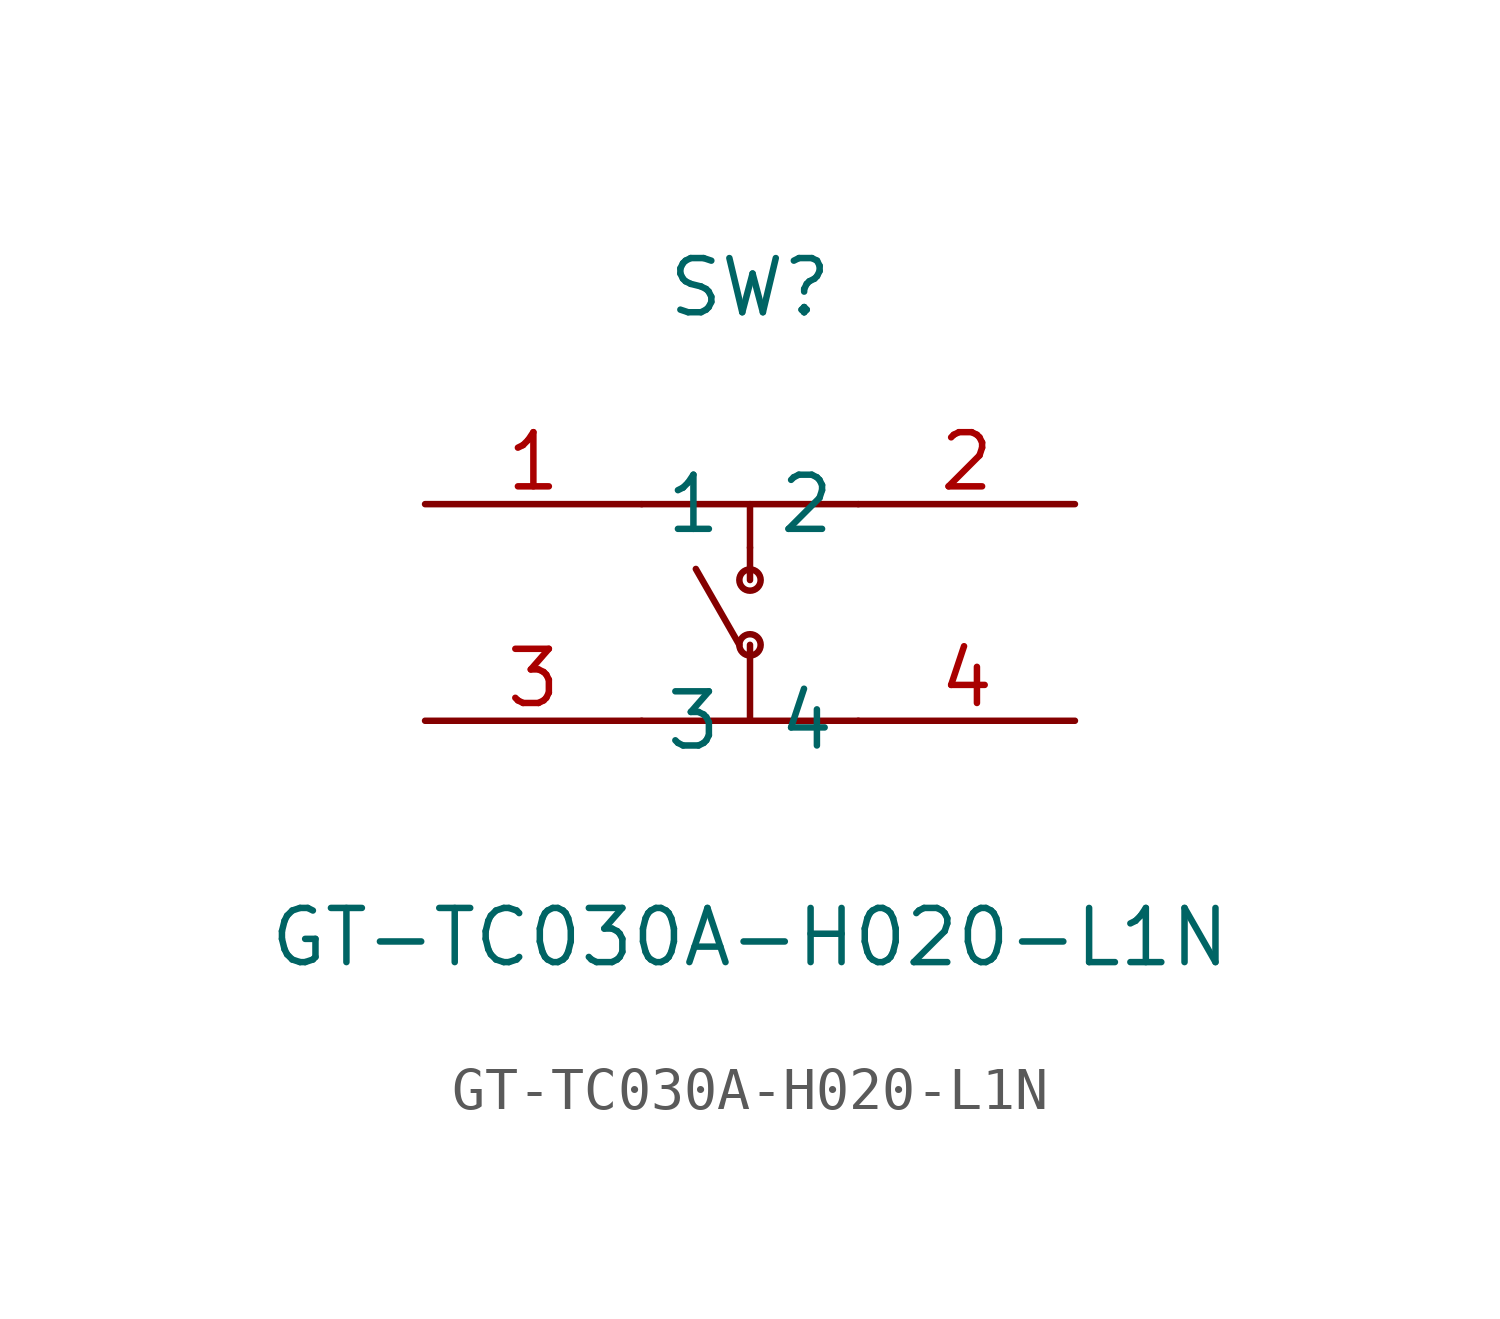
<source format=kicad_sym>
(kicad_symbol_lib
  (version 20211014)
  (generator https://github.com/uPesy/easyeda2kicad.py)
  (symbol "GT-TC030A-H020-L1N"
    (property "Reference" "SW"
      (at 0 7.62 0)
      (effects (font (size 1.27 1.27))))
    (property "Value" "GT-TC030A-H020-L1N"
      (at 0 -7.62 0)
      (effects (font (size 1.27 1.27))))
    (symbol "GT-TC030A-H020-L1N_0_1"
      (circle (center 0.00 -0.76) (radius 0.25) (stroke (width 0) (type default) (color 0 0 0 0)) (fill (type none)))
      (circle (center 0.00 0.76) (radius 0.25) (stroke (width 0) (type default) (color 0 0 0 0)) (fill (type none)))
      (polyline (pts (xy -2.54 2.54) (xy 2.54 2.54)) (stroke (width 0) (type default) (color 0 0 0 0)) (fill (type none)))
      (polyline (pts (xy -2.54 -2.54) (xy 2.54 -2.54)) (stroke (width 0) (type default) (color 0 0 0 0)) (fill (type none)))
      (polyline (pts (xy 0.00 2.54) (xy 0.00 1.52)) (stroke (width 0) (type default) (color 0 0 0 0)) (fill (type none)))
      (polyline (pts (xy 0.00 -2.54) (xy 0.00 -0.76)) (stroke (width 0) (type default) (color 0 0 0 0)) (fill (type none)))
      (polyline (pts (xy 0.00 1.52) (xy 0.00 0.76)) (stroke (width 0) (type default) (color 0 0 0 0)) (fill (type none)))
      (polyline (pts (xy -1.27 1.02) (xy -0.25 -0.76)) (stroke (width 0) (type default) (color 0 0 0 0)) (fill (type none)))
      (pin unspecified line (at -7.62 2.54 0) (length 5.08) (name "1" (effects (font (size 1.27 1.27)))) (number "1" (effects (font (size 1.27 1.27)))))
      (pin unspecified line (at 7.62 2.54 180) (length 5.08) (name "2" (effects (font (size 1.27 1.27)))) (number "2" (effects (font (size 1.27 1.27)))))
      (pin unspecified line (at -7.62 -2.54 0) (length 5.08) (name "3" (effects (font (size 1.27 1.27)))) (number "3" (effects (font (size 1.27 1.27)))))
      (pin unspecified line (at 7.62 -2.54 180) (length 5.08) (name "4" (effects (font (size 1.27 1.27)))) (number "4" (effects (font (size 1.27 1.27))))))))
</source>
